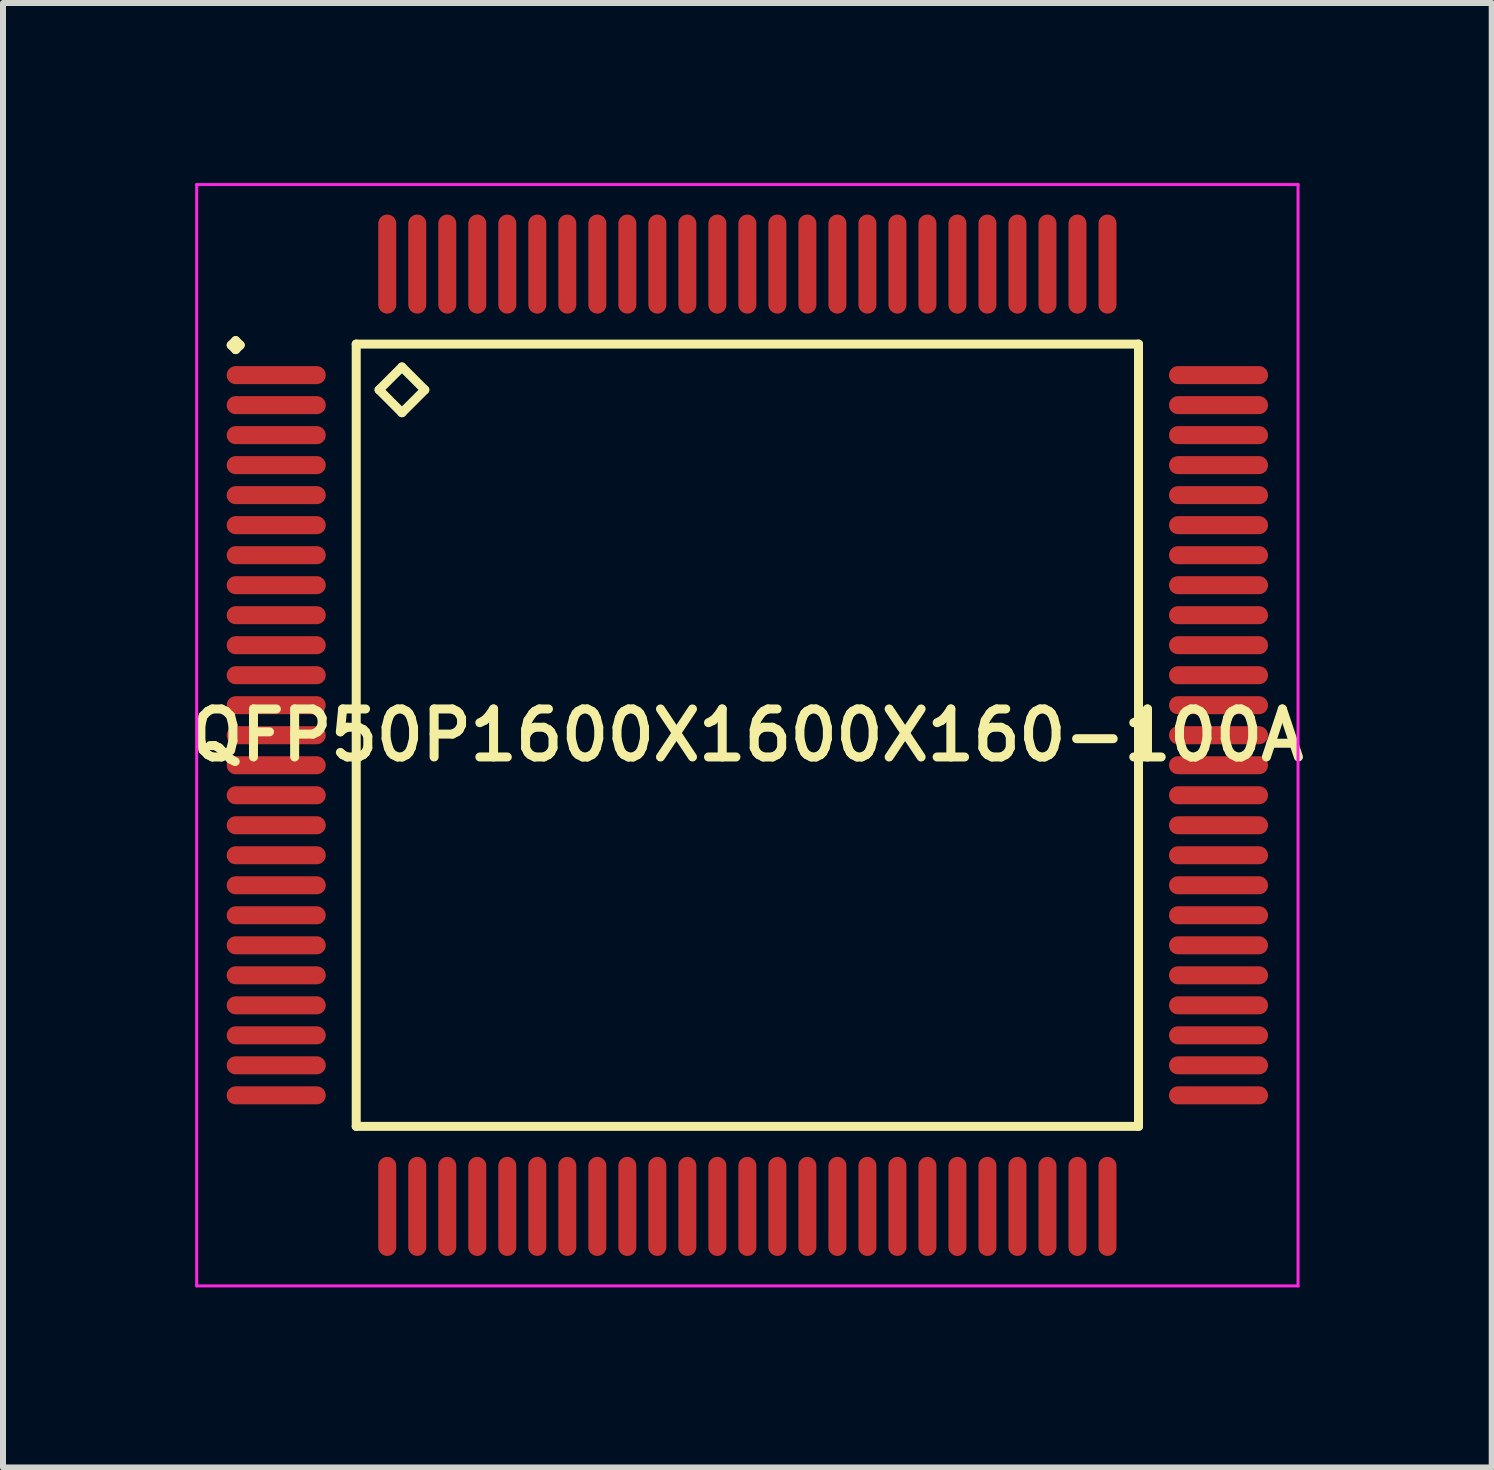
<source format=kicad_pcb>
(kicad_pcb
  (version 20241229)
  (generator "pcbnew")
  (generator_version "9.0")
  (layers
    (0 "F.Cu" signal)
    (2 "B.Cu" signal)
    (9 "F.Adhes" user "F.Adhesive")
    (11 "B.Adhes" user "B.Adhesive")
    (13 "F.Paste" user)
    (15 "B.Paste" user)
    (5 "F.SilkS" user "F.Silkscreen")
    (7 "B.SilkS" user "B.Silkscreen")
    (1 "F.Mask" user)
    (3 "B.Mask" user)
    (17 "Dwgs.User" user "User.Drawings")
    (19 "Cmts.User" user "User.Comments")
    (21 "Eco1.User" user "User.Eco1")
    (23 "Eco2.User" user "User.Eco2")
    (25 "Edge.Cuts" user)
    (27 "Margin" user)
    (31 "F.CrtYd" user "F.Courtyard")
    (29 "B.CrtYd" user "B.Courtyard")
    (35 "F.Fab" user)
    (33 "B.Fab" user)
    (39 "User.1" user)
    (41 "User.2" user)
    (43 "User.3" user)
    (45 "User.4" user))
  (footprint "QFP50P1600X1600X160-100A"
    (layer "F.Cu")
    (at 9.402 9.2)
    (property "Reference" "QFP50P1600X1600X160-100A" (at 0 0 0) (layer "F.SilkS") (effects (font (size 0.8 0.8) (thickness 0.15))))
    (attr smd)
    (fp_line (start -8.6 -6.5) (end -8.525 -6.575) (stroke (width 0.15) (type solid)) (layer "F.SilkS"))
    (fp_line (start -8.525 -6.575) (end -8.45 -6.5) (stroke (width 0.15) (type solid)) (layer "F.SilkS"))
    (fp_line (start -8.525 -6.425) (end -8.6 -6.5) (stroke (width 0.15) (type solid)) (layer "F.SilkS"))
    (fp_line (start -8.45 -6.5) (end -8.525 -6.425) (stroke (width 0.15) (type solid)) (layer "F.SilkS"))
    (fp_line (start -6.517 -6.517) (end -6.517 6.517) (stroke (width 0.15) (type solid)) (layer "F.SilkS"))
    (fp_line (start -6.517 6.517) (end 6.517 6.517) (stroke (width 0.15) (type solid)) (layer "F.SilkS"))
    (fp_line (start -6.136 -5.755) (end -5.755 -6.136) (stroke (width 0.15) (type solid)) (layer "F.SilkS"))
    (fp_line (start -5.755 -6.136) (end -5.374 -5.755) (stroke (width 0.15) (type solid)) (layer "F.SilkS"))
    (fp_line (start -5.755 -5.374) (end -6.136 -5.755) (stroke (width 0.15) (type solid)) (layer "F.SilkS"))
    (fp_line (start -5.374 -5.755) (end -5.755 -5.374) (stroke (width 0.15) (type solid)) (layer "F.SilkS"))
    (fp_line (start 6.517 -6.517) (end -6.517 -6.517) (stroke (width 0.15) (type solid)) (layer "F.SilkS"))
    (fp_line (start 6.517 6.517) (end 6.517 -6.517) (stroke (width 0.15) (type solid)) (layer "F.SilkS"))
    (fp_line (start -9.175 -9.175) (end 9.175 -9.175) (stroke (width 0.05) (type solid)) (layer "F.CrtYd"))
    (fp_line (start -9.175 9.175) (end -9.175 -9.175) (stroke (width 0.05) (type solid)) (layer "F.CrtYd"))
    (fp_line (start 9.175 -9.175) (end 9.175 9.175) (stroke (width 0.05) (type solid)) (layer "F.CrtYd"))
    (fp_line (start 9.175 9.175) (end -9.175 9.175) (stroke (width 0.05) (type solid)) (layer "F.CrtYd"))
    (pad "1" smd oval (at -7.85 -6) (size 1.65 0.3) (layers "F.Cu" "F.Mask" "F.Paste"))
    (pad "2" smd oval (at -7.85 -5.5) (size 1.65 0.3) (layers "F.Cu" "F.Mask" "F.Paste"))
    (pad "3" smd oval (at -7.85 -5) (size 1.65 0.3) (layers "F.Cu" "F.Mask" "F.Paste"))
    (pad "4" smd oval (at -7.85 -4.5) (size 1.65 0.3) (layers "F.Cu" "F.Mask" "F.Paste"))
    (pad "5" smd oval (at -7.85 -4) (size 1.65 0.3) (layers "F.Cu" "F.Mask" "F.Paste"))
    (pad "6" smd oval (at -7.85 -3.5) (size 1.65 0.3) (layers "F.Cu" "F.Mask" "F.Paste"))
    (pad "7" smd oval (at -7.85 -3) (size 1.65 0.3) (layers "F.Cu" "F.Mask" "F.Paste"))
    (pad "8" smd oval (at -7.85 -2.5) (size 1.65 0.3) (layers "F.Cu" "F.Mask" "F.Paste"))
    (pad "9" smd oval (at -7.85 -2) (size 1.65 0.3) (layers "F.Cu" "F.Mask" "F.Paste"))
    (pad "10" smd oval (at -7.85 -1.5) (size 1.65 0.3) (layers "F.Cu" "F.Mask" "F.Paste"))
    (pad "11" smd oval (at -7.85 -1) (size 1.65 0.3) (layers "F.Cu" "F.Mask" "F.Paste"))
    (pad "12" smd oval (at -7.85 -0.5) (size 1.65 0.3) (layers "F.Cu" "F.Mask" "F.Paste"))
    (pad "13" smd oval (at -7.85 0) (size 1.65 0.3) (layers "F.Cu" "F.Mask" "F.Paste"))
    (pad "14" smd oval (at -7.85 0.5) (size 1.65 0.3) (layers "F.Cu" "F.Mask" "F.Paste"))
    (pad "15" smd oval (at -7.85 1) (size 1.65 0.3) (layers "F.Cu" "F.Mask" "F.Paste"))
    (pad "16" smd oval (at -7.85 1.5) (size 1.65 0.3) (layers "F.Cu" "F.Mask" "F.Paste"))
    (pad "17" smd oval (at -7.85 2) (size 1.65 0.3) (layers "F.Cu" "F.Mask" "F.Paste"))
    (pad "18" smd oval (at -7.85 2.5) (size 1.65 0.3) (layers "F.Cu" "F.Mask" "F.Paste"))
    (pad "19" smd oval (at -7.85 3) (size 1.65 0.3) (layers "F.Cu" "F.Mask" "F.Paste"))
    (pad "20" smd oval (at -7.85 3.5) (size 1.65 0.3) (layers "F.Cu" "F.Mask" "F.Paste"))
    (pad "21" smd oval (at -7.85 4) (size 1.65 0.3) (layers "F.Cu" "F.Mask" "F.Paste"))
    (pad "22" smd oval (at -7.85 4.5) (size 1.65 0.3) (layers "F.Cu" "F.Mask" "F.Paste"))
    (pad "23" smd oval (at -7.85 5) (size 1.65 0.3) (layers "F.Cu" "F.Mask" "F.Paste"))
    (pad "24" smd oval (at -7.85 5.5) (size 1.65 0.3) (layers "F.Cu" "F.Mask" "F.Paste"))
    (pad "25" smd oval (at -7.85 6) (size 1.65 0.3) (layers "F.Cu" "F.Mask" "F.Paste"))
    (pad "26" smd oval (at -6 7.85) (size 0.3 1.65) (layers "F.Cu" "F.Mask" "F.Paste"))
    (pad "27" smd oval (at -5.5 7.85) (size 0.3 1.65) (layers "F.Cu" "F.Mask" "F.Paste"))
    (pad "28" smd oval (at -5 7.85) (size 0.3 1.65) (layers "F.Cu" "F.Mask" "F.Paste"))
    (pad "29" smd oval (at -4.5 7.85) (size 0.3 1.65) (layers "F.Cu" "F.Mask" "F.Paste"))
    (pad "30" smd oval (at -4 7.85) (size 0.3 1.65) (layers "F.Cu" "F.Mask" "F.Paste"))
    (pad "31" smd oval (at -3.5 7.85) (size 0.3 1.65) (layers "F.Cu" "F.Mask" "F.Paste"))
    (pad "32" smd oval (at -3 7.85) (size 0.3 1.65) (layers "F.Cu" "F.Mask" "F.Paste"))
    (pad "33" smd oval (at -2.5 7.85) (size 0.3 1.65) (layers "F.Cu" "F.Mask" "F.Paste"))
    (pad "34" smd oval (at -2 7.85) (size 0.3 1.65) (layers "F.Cu" "F.Mask" "F.Paste"))
    (pad "35" smd oval (at -1.5 7.85) (size 0.3 1.65) (layers "F.Cu" "F.Mask" "F.Paste"))
    (pad "36" smd oval (at -1 7.85) (size 0.3 1.65) (layers "F.Cu" "F.Mask" "F.Paste"))
    (pad "37" smd oval (at -0.5 7.85) (size 0.3 1.65) (layers "F.Cu" "F.Mask" "F.Paste"))
    (pad "38" smd oval (at 0 7.85) (size 0.3 1.65) (layers "F.Cu" "F.Mask" "F.Paste"))
    (pad "39" smd oval (at 0.5 7.85) (size 0.3 1.65) (layers "F.Cu" "F.Mask" "F.Paste"))
    (pad "40" smd oval (at 1 7.85) (size 0.3 1.65) (layers "F.Cu" "F.Mask" "F.Paste"))
    (pad "41" smd oval (at 1.5 7.85) (size 0.3 1.65) (layers "F.Cu" "F.Mask" "F.Paste"))
    (pad "42" smd oval (at 2 7.85) (size 0.3 1.65) (layers "F.Cu" "F.Mask" "F.Paste"))
    (pad "43" smd oval (at 2.5 7.85) (size 0.3 1.65) (layers "F.Cu" "F.Mask" "F.Paste"))
    (pad "44" smd oval (at 3 7.85) (size 0.3 1.65) (layers "F.Cu" "F.Mask" "F.Paste"))
    (pad "45" smd oval (at 3.5 7.85) (size 0.3 1.65) (layers "F.Cu" "F.Mask" "F.Paste"))
    (pad "46" smd oval (at 4 7.85) (size 0.3 1.65) (layers "F.Cu" "F.Mask" "F.Paste"))
    (pad "47" smd oval (at 4.5 7.85) (size 0.3 1.65) (layers "F.Cu" "F.Mask" "F.Paste"))
    (pad "48" smd oval (at 5 7.85) (size 0.3 1.65) (layers "F.Cu" "F.Mask" "F.Paste"))
    (pad "49" smd oval (at 5.5 7.85) (size 0.3 1.65) (layers "F.Cu" "F.Mask" "F.Paste"))
    (pad "50" smd oval (at 6 7.85) (size 0.3 1.65) (layers "F.Cu" "F.Mask" "F.Paste"))
    (pad "51" smd oval (at 7.85 6) (size 1.65 0.3) (layers "F.Cu" "F.Mask" "F.Paste"))
    (pad "52" smd oval (at 7.85 5.5) (size 1.65 0.3) (layers "F.Cu" "F.Mask" "F.Paste"))
    (pad "53" smd oval (at 7.85 5) (size 1.65 0.3) (layers "F.Cu" "F.Mask" "F.Paste"))
    (pad "54" smd oval (at 7.85 4.5) (size 1.65 0.3) (layers "F.Cu" "F.Mask" "F.Paste"))
    (pad "55" smd oval (at 7.85 4) (size 1.65 0.3) (layers "F.Cu" "F.Mask" "F.Paste"))
    (pad "56" smd oval (at 7.85 3.5) (size 1.65 0.3) (layers "F.Cu" "F.Mask" "F.Paste"))
    (pad "57" smd oval (at 7.85 3) (size 1.65 0.3) (layers "F.Cu" "F.Mask" "F.Paste"))
    (pad "58" smd oval (at 7.85 2.5) (size 1.65 0.3) (layers "F.Cu" "F.Mask" "F.Paste"))
    (pad "59" smd oval (at 7.85 2) (size 1.65 0.3) (layers "F.Cu" "F.Mask" "F.Paste"))
    (pad "60" smd oval (at 7.85 1.5) (size 1.65 0.3) (layers "F.Cu" "F.Mask" "F.Paste"))
    (pad "61" smd oval (at 7.85 1) (size 1.65 0.3) (layers "F.Cu" "F.Mask" "F.Paste"))
    (pad "62" smd oval (at 7.85 0.5) (size 1.65 0.3) (layers "F.Cu" "F.Mask" "F.Paste"))
    (pad "63" smd oval (at 7.85 0) (size 1.65 0.3) (layers "F.Cu" "F.Mask" "F.Paste"))
    (pad "64" smd oval (at 7.85 -0.5) (size 1.65 0.3) (layers "F.Cu" "F.Mask" "F.Paste"))
    (pad "65" smd oval (at 7.85 -1) (size 1.65 0.3) (layers "F.Cu" "F.Mask" "F.Paste"))
    (pad "66" smd oval (at 7.85 -1.5) (size 1.65 0.3) (layers "F.Cu" "F.Mask" "F.Paste"))
    (pad "67" smd oval (at 7.85 -2) (size 1.65 0.3) (layers "F.Cu" "F.Mask" "F.Paste"))
    (pad "68" smd oval (at 7.85 -2.5) (size 1.65 0.3) (layers "F.Cu" "F.Mask" "F.Paste"))
    (pad "69" smd oval (at 7.85 -3) (size 1.65 0.3) (layers "F.Cu" "F.Mask" "F.Paste"))
    (pad "70" smd oval (at 7.85 -3.5) (size 1.65 0.3) (layers "F.Cu" "F.Mask" "F.Paste"))
    (pad "71" smd oval (at 7.85 -4) (size 1.65 0.3) (layers "F.Cu" "F.Mask" "F.Paste"))
    (pad "72" smd oval (at 7.85 -4.5) (size 1.65 0.3) (layers "F.Cu" "F.Mask" "F.Paste"))
    (pad "73" smd oval (at 7.85 -5) (size 1.65 0.3) (layers "F.Cu" "F.Mask" "F.Paste"))
    (pad "74" smd oval (at 7.85 -5.5) (size 1.65 0.3) (layers "F.Cu" "F.Mask" "F.Paste"))
    (pad "75" smd oval (at 7.85 -6) (size 1.65 0.3) (layers "F.Cu" "F.Mask" "F.Paste"))
    (pad "76" smd oval (at 6 -7.85) (size 0.3 1.65) (layers "F.Cu" "F.Mask" "F.Paste"))
    (pad "77" smd oval (at 5.5 -7.85) (size 0.3 1.65) (layers "F.Cu" "F.Mask" "F.Paste"))
    (pad "78" smd oval (at 5 -7.85) (size 0.3 1.65) (layers "F.Cu" "F.Mask" "F.Paste"))
    (pad "79" smd oval (at 4.5 -7.85) (size 0.3 1.65) (layers "F.Cu" "F.Mask" "F.Paste"))
    (pad "80" smd oval (at 4 -7.85) (size 0.3 1.65) (layers "F.Cu" "F.Mask" "F.Paste"))
    (pad "81" smd oval (at 3.5 -7.85) (size 0.3 1.65) (layers "F.Cu" "F.Mask" "F.Paste"))
    (pad "82" smd oval (at 3 -7.85) (size 0.3 1.65) (layers "F.Cu" "F.Mask" "F.Paste"))
    (pad "83" smd oval (at 2.5 -7.85) (size 0.3 1.65) (layers "F.Cu" "F.Mask" "F.Paste"))
    (pad "84" smd oval (at 2 -7.85) (size 0.3 1.65) (layers "F.Cu" "F.Mask" "F.Paste"))
    (pad "85" smd oval (at 1.5 -7.85) (size 0.3 1.65) (layers "F.Cu" "F.Mask" "F.Paste"))
    (pad "86" smd oval (at 1 -7.85) (size 0.3 1.65) (layers "F.Cu" "F.Mask" "F.Paste"))
    (pad "87" smd oval (at 0.5 -7.85) (size 0.3 1.65) (layers "F.Cu" "F.Mask" "F.Paste"))
    (pad "88" smd oval (at 0 -7.85) (size 0.3 1.65) (layers "F.Cu" "F.Mask" "F.Paste"))
    (pad "89" smd oval (at -0.5 -7.85) (size 0.3 1.65) (layers "F.Cu" "F.Mask" "F.Paste"))
    (pad "90" smd oval (at -1 -7.85) (size 0.3 1.65) (layers "F.Cu" "F.Mask" "F.Paste"))
    (pad "91" smd oval (at -1.5 -7.85) (size 0.3 1.65) (layers "F.Cu" "F.Mask" "F.Paste"))
    (pad "92" smd oval (at -2 -7.85) (size 0.3 1.65) (layers "F.Cu" "F.Mask" "F.Paste"))
    (pad "93" smd oval (at -2.5 -7.85) (size 0.3 1.65) (layers "F.Cu" "F.Mask" "F.Paste"))
    (pad "94" smd oval (at -3 -7.85) (size 0.3 1.65) (layers "F.Cu" "F.Mask" "F.Paste"))
    (pad "95" smd oval (at -3.5 -7.85) (size 0.3 1.65) (layers "F.Cu" "F.Mask" "F.Paste"))
    (pad "96" smd oval (at -4 -7.85) (size 0.3 1.65) (layers "F.Cu" "F.Mask" "F.Paste"))
    (pad "97" smd oval (at -4.5 -7.85) (size 0.3 1.65) (layers "F.Cu" "F.Mask" "F.Paste"))
    (pad "98" smd oval (at -5 -7.85) (size 0.3 1.65) (layers "F.Cu" "F.Mask" "F.Paste"))
    (pad "99" smd oval (at -5.5 -7.85) (size 0.3 1.65) (layers "F.Cu" "F.Mask" "F.Paste"))
    (pad "100" smd oval (at -6 -7.85) (size 0.3 1.65) (layers "F.Cu" "F.Mask" "F.Paste")))
  (gr_rect
    (start -3 -3)
    (end 21.804 21.4)
    (stroke (width 0.1) (type default))
    (fill no)
    (layer "Edge.Cuts")))
</source>
